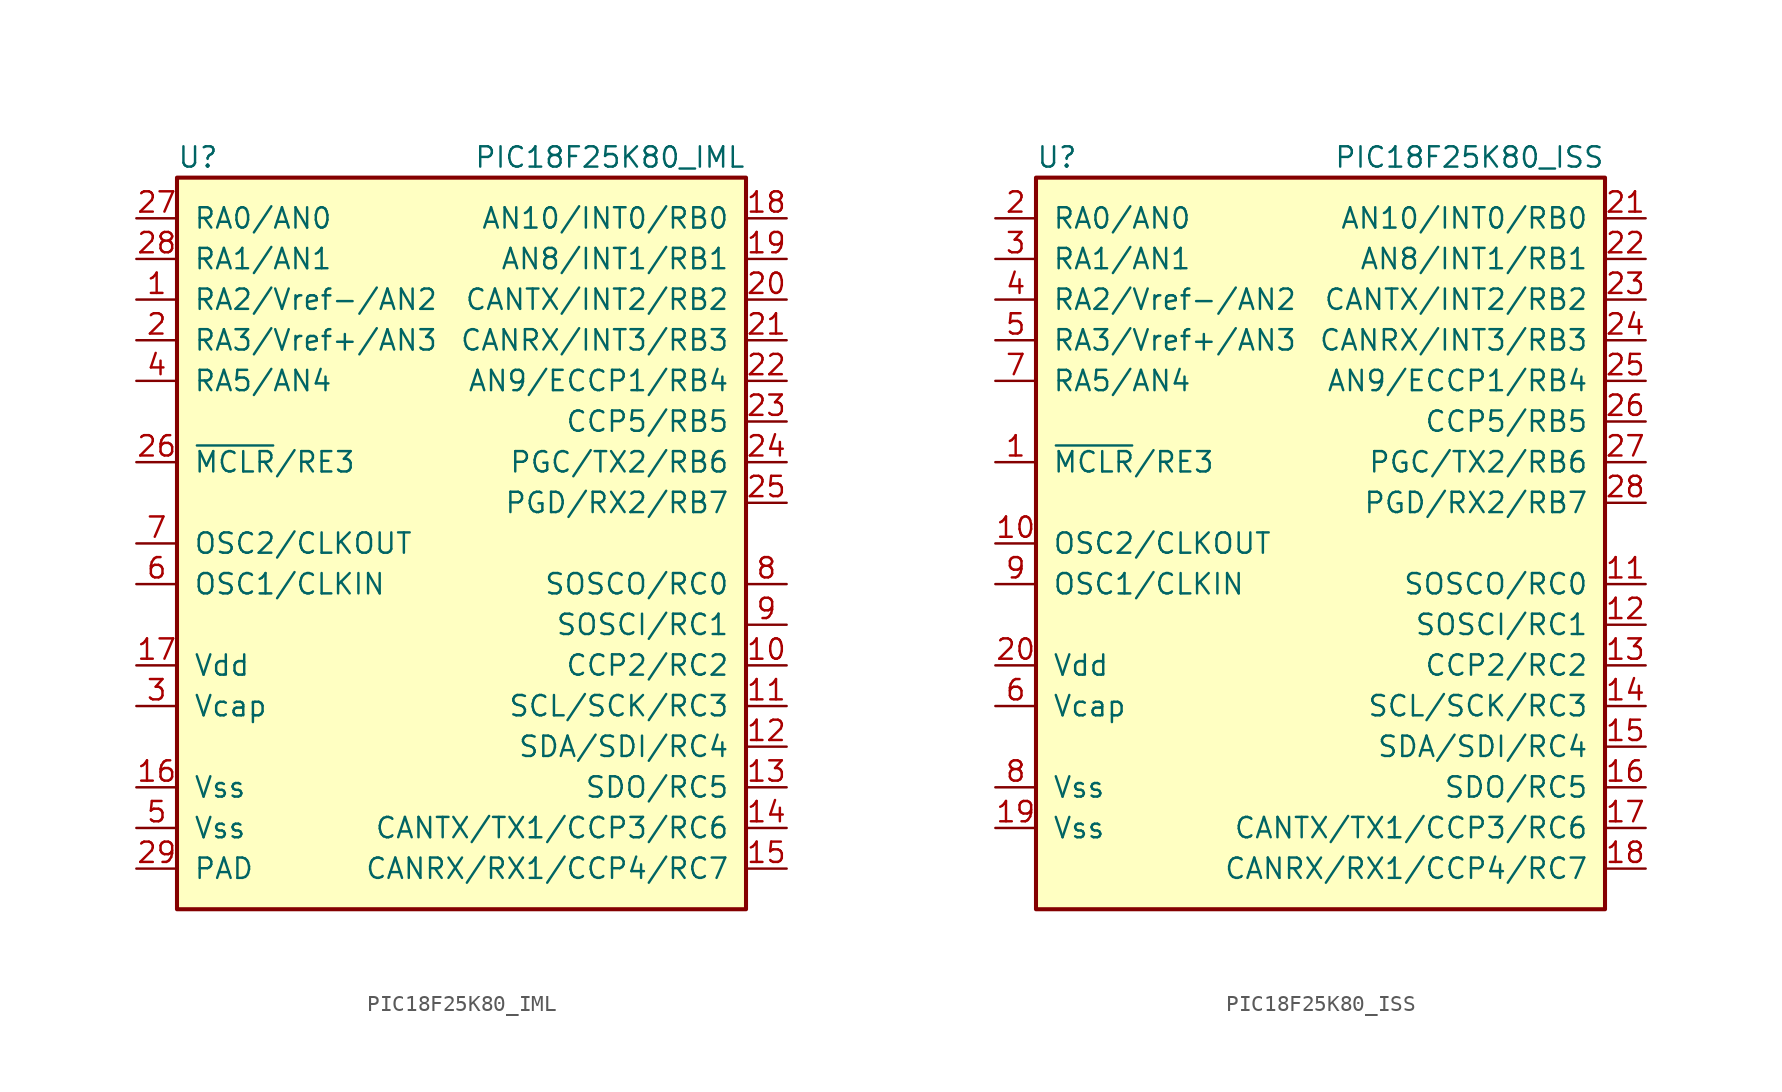
<source format=kicad_sym>
(kicad_symbol_lib
  (version 20201005)
  (generator kicad_symbol_editor)
  (symbol "PIC18F25K80_IML"
    (pin_names
      (offset 1.016))
    (property "Reference" "U"
      (at -17.78 24.13 0)
      (effects (font (size 1.27 1.27)) (justify left)))
    (property "Value" "PIC18F25K80_IML"
      (at 17.78 24.13 0)
      (effects (font (size 1.27 1.27)) (justify right)))
    (symbol "PIC18F25K80_IML_0_1"
      (rectangle (start -17.78 22.86) (end 17.78 -22.86) (stroke (width 0.254)) (fill (type background))))
    (symbol "PIC18F25K80_IML_1_1"
      (pin bidirectional line (at -20.32 15.24 0) (length 2.54) (name "RA2/Vref-/AN2" (effects (font (size 1.27 1.27)))) (number "1" (effects (font (size 1.27 1.27)))))
      (pin bidirectional line (at 20.32 -7.62 180) (length 2.54) (name "CCP2/RC2" (effects (font (size 1.27 1.27)))) (number "10" (effects (font (size 1.27 1.27)))))
      (pin bidirectional line (at 20.32 -10.16 180) (length 2.54) (name "SCL/SCK/RC3" (effects (font (size 1.27 1.27)))) (number "11" (effects (font (size 1.27 1.27)))))
      (pin bidirectional line (at 20.32 -12.7 180) (length 2.54) (name "SDA/SDI/RC4" (effects (font (size 1.27 1.27)))) (number "12" (effects (font (size 1.27 1.27)))))
      (pin bidirectional line (at 20.32 -15.24 180) (length 2.54) (name "SDO/RC5" (effects (font (size 1.27 1.27)))) (number "13" (effects (font (size 1.27 1.27)))))
      (pin bidirectional line (at 20.32 -17.78 180) (length 2.54) (name "CANTX/TX1/CCP3/RC6" (effects (font (size 1.27 1.27)))) (number "14" (effects (font (size 1.27 1.27)))))
      (pin bidirectional line (at 20.32 -20.32 180) (length 2.54) (name "CANRX/RX1/CCP4/RC7" (effects (font (size 1.27 1.27)))) (number "15" (effects (font (size 1.27 1.27)))))
      (pin power_in line (at -20.32 -15.24 0) (length 2.54) (name "Vss" (effects (font (size 1.27 1.27)))) (number "16" (effects (font (size 1.27 1.27)))))
      (pin power_in line (at -20.32 -7.62 0) (length 2.54) (name "Vdd" (effects (font (size 1.27 1.27)))) (number "17" (effects (font (size 1.27 1.27)))))
      (pin bidirectional line (at 20.32 20.32 180) (length 2.54) (name "AN10/INT0/RB0" (effects (font (size 1.27 1.27)))) (number "18" (effects (font (size 1.27 1.27)))))
      (pin bidirectional line (at 20.32 17.78 180) (length 2.54) (name "AN8/INT1/RB1" (effects (font (size 1.27 1.27)))) (number "19" (effects (font (size 1.27 1.27)))))
      (pin bidirectional line (at -20.32 12.7 0) (length 2.54) (name "RA3/Vref+/AN3" (effects (font (size 1.27 1.27)))) (number "2" (effects (font (size 1.27 1.27)))))
      (pin bidirectional line (at 20.32 15.24 180) (length 2.54) (name "CANTX/INT2/RB2" (effects (font (size 1.27 1.27)))) (number "20" (effects (font (size 1.27 1.27)))))
      (pin bidirectional line (at 20.32 12.7 180) (length 2.54) (name "CANRX/INT3/RB3" (effects (font (size 1.27 1.27)))) (number "21" (effects (font (size 1.27 1.27)))))
      (pin bidirectional line (at 20.32 10.16 180) (length 2.54) (name "AN9/ECCP1/RB4" (effects (font (size 1.27 1.27)))) (number "22" (effects (font (size 1.27 1.27)))))
      (pin bidirectional line (at 20.32 7.62 180) (length 2.54) (name "CCP5/RB5" (effects (font (size 1.27 1.27)))) (number "23" (effects (font (size 1.27 1.27)))))
      (pin bidirectional line (at 20.32 5.08 180) (length 2.54) (name "PGC/TX2/RB6" (effects (font (size 1.27 1.27)))) (number "24" (effects (font (size 1.27 1.27)))))
      (pin bidirectional line (at 20.32 2.54 180) (length 2.54) (name "PGD/RX2/RB7" (effects (font (size 1.27 1.27)))) (number "25" (effects (font (size 1.27 1.27)))))
      (pin bidirectional line (at -20.32 5.08 0) (length 2.54) (name "~MCLR~/RE3" (effects (font (size 1.27 1.27)))) (number "26" (effects (font (size 1.27 1.27)))))
      (pin bidirectional line (at -20.32 20.32 0) (length 2.54) (name "RA0/AN0" (effects (font (size 1.27 1.27)))) (number "27" (effects (font (size 1.27 1.27)))))
      (pin bidirectional line (at -20.32 17.78 0) (length 2.54) (name "RA1/AN1" (effects (font (size 1.27 1.27)))) (number "28" (effects (font (size 1.27 1.27)))))
      (pin power_in line (at -20.32 -20.32 0) (length 2.54) (name "PAD" (effects (font (size 1.27 1.27)))) (number "29" (effects (font (size 1.27 1.27)))))
      (pin power_in line (at -20.32 -10.16 0) (length 2.54) (name "Vcap" (effects (font (size 1.27 1.27)))) (number "3" (effects (font (size 1.27 1.27)))))
      (pin bidirectional line (at -20.32 10.16 0) (length 2.54) (name "RA5/AN4" (effects (font (size 1.27 1.27)))) (number "4" (effects (font (size 1.27 1.27)))))
      (pin power_in line (at -20.32 -17.78 0) (length 2.54) (name "Vss" (effects (font (size 1.27 1.27)))) (number "5" (effects (font (size 1.27 1.27)))))
      (pin input line (at -20.32 -2.54 0) (length 2.54) (name "OSC1/CLKIN" (effects (font (size 1.27 1.27)))) (number "6" (effects (font (size 1.27 1.27)))))
      (pin input line (at -20.32 0 0) (length 2.54) (name "OSC2/CLKOUT" (effects (font (size 1.27 1.27)))) (number "7" (effects (font (size 1.27 1.27)))))
      (pin bidirectional line (at 20.32 -2.54 180) (length 2.54) (name "SOSCO/RC0" (effects (font (size 1.27 1.27)))) (number "8" (effects (font (size 1.27 1.27)))))
      (pin bidirectional line (at 20.32 -5.08 180) (length 2.54) (name "SOSCI/RC1" (effects (font (size 1.27 1.27)))) (number "9" (effects (font (size 1.27 1.27)))))))
  (symbol "PIC18F25K80_ISS"
    (pin_names
      (offset 1.016))
    (property "Reference" "U"
      (at -17.78 24.13 0)
      (effects (font (size 1.27 1.27)) (justify left)))
    (property "Value" "PIC18F25K80_ISS"
      (at 17.78 24.13 0)
      (effects (font (size 1.27 1.27)) (justify right)))
    (symbol "PIC18F25K80_ISS_0_1"
      (rectangle (start -17.78 22.86) (end 17.78 -22.86) (stroke (width 0.254)) (fill (type background))))
    (symbol "PIC18F25K80_ISS_1_1"
      (pin bidirectional line (at -20.32 5.08 0) (length 2.54) (name "~MCLR~/RE3" (effects (font (size 1.27 1.27)))) (number "1" (effects (font (size 1.27 1.27)))))
      (pin input line (at -20.32 0 0) (length 2.54) (name "OSC2/CLKOUT" (effects (font (size 1.27 1.27)))) (number "10" (effects (font (size 1.27 1.27)))))
      (pin bidirectional line (at 20.32 -2.54 180) (length 2.54) (name "SOSCO/RC0" (effects (font (size 1.27 1.27)))) (number "11" (effects (font (size 1.27 1.27)))))
      (pin bidirectional line (at 20.32 -5.08 180) (length 2.54) (name "SOSCI/RC1" (effects (font (size 1.27 1.27)))) (number "12" (effects (font (size 1.27 1.27)))))
      (pin bidirectional line (at 20.32 -7.62 180) (length 2.54) (name "CCP2/RC2" (effects (font (size 1.27 1.27)))) (number "13" (effects (font (size 1.27 1.27)))))
      (pin bidirectional line (at 20.32 -10.16 180) (length 2.54) (name "SCL/SCK/RC3" (effects (font (size 1.27 1.27)))) (number "14" (effects (font (size 1.27 1.27)))))
      (pin bidirectional line (at 20.32 -12.7 180) (length 2.54) (name "SDA/SDI/RC4" (effects (font (size 1.27 1.27)))) (number "15" (effects (font (size 1.27 1.27)))))
      (pin bidirectional line (at 20.32 -15.24 180) (length 2.54) (name "SDO/RC5" (effects (font (size 1.27 1.27)))) (number "16" (effects (font (size 1.27 1.27)))))
      (pin bidirectional line (at 20.32 -17.78 180) (length 2.54) (name "CANTX/TX1/CCP3/RC6" (effects (font (size 1.27 1.27)))) (number "17" (effects (font (size 1.27 1.27)))))
      (pin bidirectional line (at 20.32 -20.32 180) (length 2.54) (name "CANRX/RX1/CCP4/RC7" (effects (font (size 1.27 1.27)))) (number "18" (effects (font (size 1.27 1.27)))))
      (pin power_in line (at -20.32 -17.78 0) (length 2.54) (name "Vss" (effects (font (size 1.27 1.27)))) (number "19" (effects (font (size 1.27 1.27)))))
      (pin bidirectional line (at -20.32 20.32 0) (length 2.54) (name "RA0/AN0" (effects (font (size 1.27 1.27)))) (number "2" (effects (font (size 1.27 1.27)))))
      (pin power_in line (at -20.32 -7.62 0) (length 2.54) (name "Vdd" (effects (font (size 1.27 1.27)))) (number "20" (effects (font (size 1.27 1.27)))))
      (pin bidirectional line (at 20.32 20.32 180) (length 2.54) (name "AN10/INT0/RB0" (effects (font (size 1.27 1.27)))) (number "21" (effects (font (size 1.27 1.27)))))
      (pin bidirectional line (at 20.32 17.78 180) (length 2.54) (name "AN8/INT1/RB1" (effects (font (size 1.27 1.27)))) (number "22" (effects (font (size 1.27 1.27)))))
      (pin bidirectional line (at 20.32 15.24 180) (length 2.54) (name "CANTX/INT2/RB2" (effects (font (size 1.27 1.27)))) (number "23" (effects (font (size 1.27 1.27)))))
      (pin bidirectional line (at 20.32 12.7 180) (length 2.54) (name "CANRX/INT3/RB3" (effects (font (size 1.27 1.27)))) (number "24" (effects (font (size 1.27 1.27)))))
      (pin bidirectional line (at 20.32 10.16 180) (length 2.54) (name "AN9/ECCP1/RB4" (effects (font (size 1.27 1.27)))) (number "25" (effects (font (size 1.27 1.27)))))
      (pin bidirectional line (at 20.32 7.62 180) (length 2.54) (name "CCP5/RB5" (effects (font (size 1.27 1.27)))) (number "26" (effects (font (size 1.27 1.27)))))
      (pin bidirectional line (at 20.32 5.08 180) (length 2.54) (name "PGC/TX2/RB6" (effects (font (size 1.27 1.27)))) (number "27" (effects (font (size 1.27 1.27)))))
      (pin bidirectional line (at 20.32 2.54 180) (length 2.54) (name "PGD/RX2/RB7" (effects (font (size 1.27 1.27)))) (number "28" (effects (font (size 1.27 1.27)))))
      (pin bidirectional line (at -20.32 17.78 0) (length 2.54) (name "RA1/AN1" (effects (font (size 1.27 1.27)))) (number "3" (effects (font (size 1.27 1.27)))))
      (pin bidirectional line (at -20.32 15.24 0) (length 2.54) (name "RA2/Vref-/AN2" (effects (font (size 1.27 1.27)))) (number "4" (effects (font (size 1.27 1.27)))))
      (pin bidirectional line (at -20.32 12.7 0) (length 2.54) (name "RA3/Vref+/AN3" (effects (font (size 1.27 1.27)))) (number "5" (effects (font (size 1.27 1.27)))))
      (pin power_in line (at -20.32 -10.16 0) (length 2.54) (name "Vcap" (effects (font (size 1.27 1.27)))) (number "6" (effects (font (size 1.27 1.27)))))
      (pin bidirectional line (at -20.32 10.16 0) (length 2.54) (name "RA5/AN4" (effects (font (size 1.27 1.27)))) (number "7" (effects (font (size 1.27 1.27)))))
      (pin power_in line (at -20.32 -15.24 0) (length 2.54) (name "Vss" (effects (font (size 1.27 1.27)))) (number "8" (effects (font (size 1.27 1.27)))))
      (pin input line (at -20.32 -2.54 0) (length 2.54) (name "OSC1/CLKIN" (effects (font (size 1.27 1.27)))) (number "9" (effects (font (size 1.27 1.27))))))))
</source>
